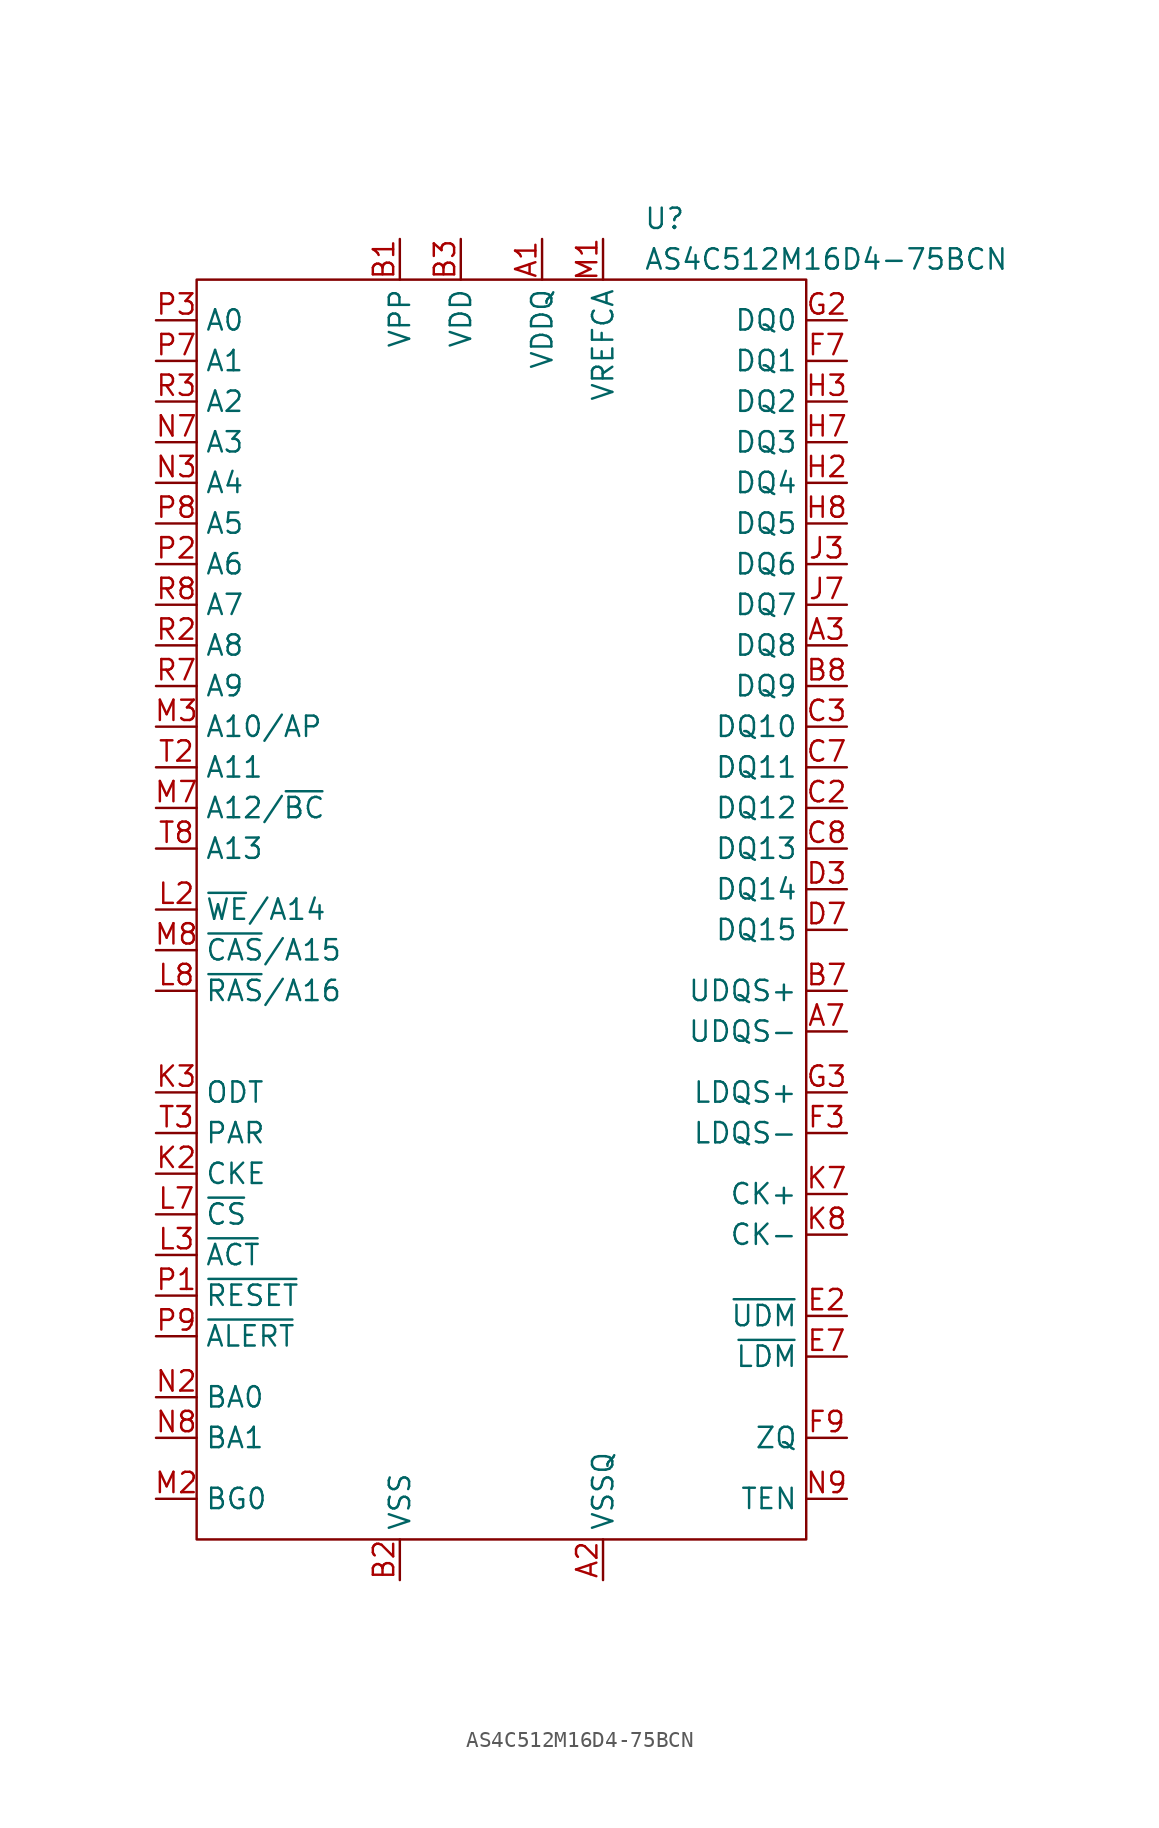
<source format=kicad_sym>
(kicad_symbol_lib
  (version 20220914)
  (generator kicad_symbol_editor)
  (symbol "AS4C512M16D4-75BCN"
    (property "Reference" "U"
      (at 27.94 3.81 0)
      (effects (font (size 1.27 1.27)) (justify left)))
    (property "Value" "AS4C512M16D4-75BCN"
      (at 27.94 1.27 0)
      (effects (font (size 1.27 1.27)) (justify left)))
    (symbol "AS4C512M16D4-75BCN_0_0"
      (pin unspecified line (at 21.59 2.54 270) (length 2.54) (name "VDDQ" (effects (font (size 1.27 1.27)))) (number "A1" (effects (font (size 1.27 1.27)))))
      (pin unspecified line (at 25.4 -81.28 90) (length 2.54) (name "VSSQ" (effects (font (size 1.27 1.27)))) (number "A2" (effects (font (size 1.27 1.27)))))
      (pin unspecified line (at 40.64 -22.86 180) (length 2.54) (name "DQ8" (effects (font (size 1.27 1.27)))) (number "A3" (effects (font (size 1.27 1.27)))))
      (pin unspecified line (at 40.64 -46.99 180) (length 2.54) (name "UDQS-" (effects (font (size 1.27 1.27)))) (number "A7" (effects (font (size 1.27 1.27)))))
      (pin unspecified line (at 25.4 -81.28 90) (length 2.54) hide (name "VSSQ" (effects (font (size 1.27 1.27)))) (number "A8" (effects (font (size 1.27 1.27)))))
      (pin unspecified line (at 21.59 2.54 270) (length 2.54) hide (name "VDDQ" (effects (font (size 1.27 1.27)))) (number "A9" (effects (font (size 1.27 1.27)))))
      (pin unspecified line (at 12.7 2.54 270) (length 2.54) (name "VPP" (effects (font (size 1.27 1.27)))) (number "B1" (effects (font (size 1.27 1.27)))))
      (pin unspecified line (at 12.7 -81.28 90) (length 2.54) (name "VSS" (effects (font (size 1.27 1.27)))) (number "B2" (effects (font (size 1.27 1.27)))))
      (pin unspecified line (at 16.51 2.54 270) (length 2.54) (name "VDD" (effects (font (size 1.27 1.27)))) (number "B3" (effects (font (size 1.27 1.27)))))
      (pin unspecified line (at 40.64 -44.45 180) (length 2.54) (name "UDQS+" (effects (font (size 1.27 1.27)))) (number "B7" (effects (font (size 1.27 1.27)))))
      (pin unspecified line (at 40.64 -25.4 180) (length 2.54) (name "DQ9" (effects (font (size 1.27 1.27)))) (number "B8" (effects (font (size 1.27 1.27)))))
      (pin unspecified line (at 16.51 2.54 270) (length 2.54) hide (name "VDD" (effects (font (size 1.27 1.27)))) (number "B9" (effects (font (size 1.27 1.27)))))
      (pin unspecified line (at 21.59 2.54 270) (length 2.54) hide (name "VDDQ" (effects (font (size 1.27 1.27)))) (number "C1" (effects (font (size 1.27 1.27)))))
      (pin unspecified line (at 40.64 -33.02 180) (length 2.54) (name "DQ12" (effects (font (size 1.27 1.27)))) (number "C2" (effects (font (size 1.27 1.27)))))
      (pin unspecified line (at 40.64 -27.94 180) (length 2.54) (name "DQ10" (effects (font (size 1.27 1.27)))) (number "C3" (effects (font (size 1.27 1.27)))))
      (pin unspecified line (at 40.64 -30.48 180) (length 2.54) (name "DQ11" (effects (font (size 1.27 1.27)))) (number "C7" (effects (font (size 1.27 1.27)))))
      (pin unspecified line (at 40.64 -35.56 180) (length 2.54) (name "DQ13" (effects (font (size 1.27 1.27)))) (number "C8" (effects (font (size 1.27 1.27)))))
      (pin unspecified line (at 25.4 -81.28 90) (length 2.54) hide (name "VSSQ" (effects (font (size 1.27 1.27)))) (number "C9" (effects (font (size 1.27 1.27)))))
      (pin unspecified line (at 16.51 2.54 270) (length 2.54) hide (name "VDD" (effects (font (size 1.27 1.27)))) (number "D1" (effects (font (size 1.27 1.27)))))
      (pin unspecified line (at 25.4 -81.28 90) (length 2.54) hide (name "VSSQ" (effects (font (size 1.27 1.27)))) (number "D2" (effects (font (size 1.27 1.27)))))
      (pin unspecified line (at 40.64 -38.1 180) (length 2.54) (name "DQ14" (effects (font (size 1.27 1.27)))) (number "D3" (effects (font (size 1.27 1.27)))))
      (pin unspecified line (at 40.64 -40.64 180) (length 2.54) (name "DQ15" (effects (font (size 1.27 1.27)))) (number "D7" (effects (font (size 1.27 1.27)))))
      (pin unspecified line (at 25.4 -81.28 90) (length 2.54) hide (name "VSSQ" (effects (font (size 1.27 1.27)))) (number "D8" (effects (font (size 1.27 1.27)))))
      (pin unspecified line (at 21.59 2.54 270) (length 2.54) hide (name "VDDQ" (effects (font (size 1.27 1.27)))) (number "D9" (effects (font (size 1.27 1.27)))))
      (pin unspecified line (at 12.7 -81.28 90) (length 2.54) hide (name "VSS" (effects (font (size 1.27 1.27)))) (number "E1" (effects (font (size 1.27 1.27)))))
      (pin unspecified line (at 40.64 -64.77 180) (length 2.54) (name "~{UDM}" (effects (font (size 1.27 1.27)))) (number "E2" (effects (font (size 1.27 1.27)))) (alternate "NF" unspecified line) (alternate "~{UDBI}" unspecified line))
      (pin unspecified line (at 25.4 -81.28 90) (length 2.54) hide (name "VSSQ" (effects (font (size 1.27 1.27)))) (number "E3" (effects (font (size 1.27 1.27)))))
      (pin unspecified line (at 40.64 -67.31 180) (length 2.54) (name "~{LDM}" (effects (font (size 1.27 1.27)))) (number "E7" (effects (font (size 1.27 1.27)))) (alternate "NF" unspecified line) (alternate "~{LDBI}" unspecified line))
      (pin unspecified line (at 25.4 -81.28 90) (length 2.54) hide (name "VSSQ" (effects (font (size 1.27 1.27)))) (number "E8" (effects (font (size 1.27 1.27)))))
      (pin unspecified line (at 12.7 -81.28 90) (length 2.54) hide (name "VSS" (effects (font (size 1.27 1.27)))) (number "E9" (effects (font (size 1.27 1.27)))))
      (pin unspecified line (at 25.4 -81.28 90) (length 2.54) hide (name "VSSQ" (effects (font (size 1.27 1.27)))) (number "F1" (effects (font (size 1.27 1.27)))))
      (pin unspecified line (at 21.59 2.54 270) (length 2.54) hide (name "VDDQ" (effects (font (size 1.27 1.27)))) (number "F2" (effects (font (size 1.27 1.27)))))
      (pin unspecified line (at 40.64 -53.34 180) (length 2.54) (name "LDQS-" (effects (font (size 1.27 1.27)))) (number "F3" (effects (font (size 1.27 1.27)))))
      (pin unspecified line (at 40.64 -5.08 180) (length 2.54) (name "DQ1" (effects (font (size 1.27 1.27)))) (number "F7" (effects (font (size 1.27 1.27)))))
      (pin unspecified line (at 21.59 2.54 270) (length 2.54) hide (name "VDDQ" (effects (font (size 1.27 1.27)))) (number "F8" (effects (font (size 1.27 1.27)))))
      (pin unspecified line (at 40.64 -72.39 180) (length 2.54) (name "ZQ" (effects (font (size 1.27 1.27)))) (number "F9" (effects (font (size 1.27 1.27)))))
      (pin unspecified line (at 21.59 2.54 270) (length 2.54) hide (name "VDDQ" (effects (font (size 1.27 1.27)))) (number "G1" (effects (font (size 1.27 1.27)))))
      (pin unspecified line (at 40.64 -2.54 180) (length 2.54) (name "DQ0" (effects (font (size 1.27 1.27)))) (number "G2" (effects (font (size 1.27 1.27)))))
      (pin unspecified line (at 40.64 -50.8 180) (length 2.54) (name "LDQS+" (effects (font (size 1.27 1.27)))) (number "G3" (effects (font (size 1.27 1.27)))))
      (pin unspecified line (at 16.51 2.54 270) (length 2.54) hide (name "VDD" (effects (font (size 1.27 1.27)))) (number "G7" (effects (font (size 1.27 1.27)))))
      (pin unspecified line (at 12.7 -81.28 90) (length 2.54) hide (name "VSS" (effects (font (size 1.27 1.27)))) (number "G8" (effects (font (size 1.27 1.27)))))
      (pin unspecified line (at 21.59 2.54 270) (length 2.54) hide (name "VDDQ" (effects (font (size 1.27 1.27)))) (number "G9" (effects (font (size 1.27 1.27)))))
      (pin unspecified line (at 25.4 -81.28 90) (length 2.54) hide (name "VSSQ" (effects (font (size 1.27 1.27)))) (number "H1" (effects (font (size 1.27 1.27)))))
      (pin unspecified line (at 40.64 -12.7 180) (length 2.54) (name "DQ4" (effects (font (size 1.27 1.27)))) (number "H2" (effects (font (size 1.27 1.27)))))
      (pin unspecified line (at 40.64 -7.62 180) (length 2.54) (name "DQ2" (effects (font (size 1.27 1.27)))) (number "H3" (effects (font (size 1.27 1.27)))))
      (pin unspecified line (at 40.64 -10.16 180) (length 2.54) (name "DQ3" (effects (font (size 1.27 1.27)))) (number "H7" (effects (font (size 1.27 1.27)))))
      (pin unspecified line (at 40.64 -15.24 180) (length 2.54) (name "DQ5" (effects (font (size 1.27 1.27)))) (number "H8" (effects (font (size 1.27 1.27)))))
      (pin unspecified line (at 25.4 -81.28 90) (length 2.54) hide (name "VSSQ" (effects (font (size 1.27 1.27)))) (number "H9" (effects (font (size 1.27 1.27)))))
      (pin unspecified line (at 16.51 2.54 270) (length 2.54) hide (name "VDD" (effects (font (size 1.27 1.27)))) (number "J1" (effects (font (size 1.27 1.27)))))
      (pin unspecified line (at 21.59 2.54 270) (length 2.54) hide (name "VDDQ" (effects (font (size 1.27 1.27)))) (number "J2" (effects (font (size 1.27 1.27)))))
      (pin unspecified line (at 40.64 -17.78 180) (length 2.54) (name "DQ6" (effects (font (size 1.27 1.27)))) (number "J3" (effects (font (size 1.27 1.27)))))
      (pin unspecified line (at 40.64 -20.32 180) (length 2.54) (name "DQ7" (effects (font (size 1.27 1.27)))) (number "J7" (effects (font (size 1.27 1.27)))))
      (pin unspecified line (at 21.59 2.54 270) (length 2.54) hide (name "VDDQ" (effects (font (size 1.27 1.27)))) (number "J8" (effects (font (size 1.27 1.27)))))
      (pin unspecified line (at 16.51 2.54 270) (length 2.54) hide (name "VDD" (effects (font (size 1.27 1.27)))) (number "J9" (effects (font (size 1.27 1.27)))))
      (pin unspecified line (at 12.7 -81.28 90) (length 2.54) hide (name "VSS" (effects (font (size 1.27 1.27)))) (number "K1" (effects (font (size 1.27 1.27)))))
      (pin unspecified line (at -2.54 -55.88 0) (length 2.54) (name "CKE" (effects (font (size 1.27 1.27)))) (number "K2" (effects (font (size 1.27 1.27)))))
      (pin unspecified line (at -2.54 -50.8 0) (length 2.54) (name "ODT" (effects (font (size 1.27 1.27)))) (number "K3" (effects (font (size 1.27 1.27)))))
      (pin unspecified line (at 40.64 -57.15 180) (length 2.54) (name "CK+" (effects (font (size 1.27 1.27)))) (number "K7" (effects (font (size 1.27 1.27)))))
      (pin unspecified line (at 40.64 -59.69 180) (length 2.54) (name "CK-" (effects (font (size 1.27 1.27)))) (number "K8" (effects (font (size 1.27 1.27)))))
      (pin unspecified line (at 12.7 -81.28 90) (length 2.54) hide (name "VSS" (effects (font (size 1.27 1.27)))) (number "K9" (effects (font (size 1.27 1.27)))))
      (pin unspecified line (at 16.51 2.54 270) (length 2.54) hide (name "VDD" (effects (font (size 1.27 1.27)))) (number "L1" (effects (font (size 1.27 1.27)))))
      (pin unspecified line (at -2.54 -39.37 0) (length 2.54) (name "~{WE}/A14" (effects (font (size 1.27 1.27)))) (number "L2" (effects (font (size 1.27 1.27)))))
      (pin unspecified line (at -2.54 -60.96 0) (length 2.54) (name "~{ACT}" (effects (font (size 1.27 1.27)))) (number "L3" (effects (font (size 1.27 1.27)))))
      (pin unspecified line (at -2.54 -58.42 0) (length 2.54) (name "~{CS}" (effects (font (size 1.27 1.27)))) (number "L7" (effects (font (size 1.27 1.27)))))
      (pin unspecified line (at -2.54 -44.45 0) (length 2.54) (name "~{RAS}/A16" (effects (font (size 1.27 1.27)))) (number "L8" (effects (font (size 1.27 1.27)))))
      (pin unspecified line (at 16.51 2.54 270) (length 2.54) hide (name "VDD" (effects (font (size 1.27 1.27)))) (number "L9" (effects (font (size 1.27 1.27)))))
      (pin unspecified line (at 25.4 2.54 270) (length 2.54) (name "VREFCA" (effects (font (size 1.27 1.27)))) (number "M1" (effects (font (size 1.27 1.27)))))
      (pin unspecified line (at -2.54 -76.2 0) (length 2.54) (name "BG0" (effects (font (size 1.27 1.27)))) (number "M2" (effects (font (size 1.27 1.27)))))
      (pin unspecified line (at -2.54 -27.94 0) (length 2.54) (name "A10/AP" (effects (font (size 1.27 1.27)))) (number "M3" (effects (font (size 1.27 1.27)))))
      (pin unspecified line (at -2.54 -33.02 0) (length 2.54) (name "A12/~{BC}" (effects (font (size 1.27 1.27)))) (number "M7" (effects (font (size 1.27 1.27)))))
      (pin unspecified line (at -2.54 -41.91 0) (length 2.54) (name "~{CAS}/A15" (effects (font (size 1.27 1.27)))) (number "M8" (effects (font (size 1.27 1.27)))))
      (pin unspecified line (at 12.7 -81.28 90) (length 2.54) hide (name "VSS" (effects (font (size 1.27 1.27)))) (number "M9" (effects (font (size 1.27 1.27)))))
      (pin unspecified line (at 12.7 -81.28 90) (length 2.54) hide (name "VSS" (effects (font (size 1.27 1.27)))) (number "N1" (effects (font (size 1.27 1.27)))))
      (pin unspecified line (at -2.54 -69.85 0) (length 2.54) (name "BA0" (effects (font (size 1.27 1.27)))) (number "N2" (effects (font (size 1.27 1.27)))))
      (pin unspecified line (at -2.54 -12.7 0) (length 2.54) (name "A4" (effects (font (size 1.27 1.27)))) (number "N3" (effects (font (size 1.27 1.27)))))
      (pin unspecified line (at -2.54 -10.16 0) (length 2.54) (name "A3" (effects (font (size 1.27 1.27)))) (number "N7" (effects (font (size 1.27 1.27)))))
      (pin unspecified line (at -2.54 -72.39 0) (length 2.54) (name "BA1" (effects (font (size 1.27 1.27)))) (number "N8" (effects (font (size 1.27 1.27)))))
      (pin unspecified line (at 40.64 -76.2 180) (length 2.54) (name "TEN" (effects (font (size 1.27 1.27)))) (number "N9" (effects (font (size 1.27 1.27)))))
      (pin unspecified line (at -2.54 -63.5 0) (length 2.54) (name "~{RESET}" (effects (font (size 1.27 1.27)))) (number "P1" (effects (font (size 1.27 1.27)))))
      (pin unspecified line (at -2.54 -17.78 0) (length 2.54) (name "A6" (effects (font (size 1.27 1.27)))) (number "P2" (effects (font (size 1.27 1.27)))))
      (pin unspecified line (at -2.54 -2.54 0) (length 2.54) (name "A0" (effects (font (size 1.27 1.27)))) (number "P3" (effects (font (size 1.27 1.27)))))
      (pin unspecified line (at -2.54 -5.08 0) (length 2.54) (name "A1" (effects (font (size 1.27 1.27)))) (number "P7" (effects (font (size 1.27 1.27)))))
      (pin unspecified line (at -2.54 -15.24 0) (length 2.54) (name "A5" (effects (font (size 1.27 1.27)))) (number "P8" (effects (font (size 1.27 1.27)))))
      (pin unspecified line (at -2.54 -66.04 0) (length 2.54) (name "~{ALERT}" (effects (font (size 1.27 1.27)))) (number "P9" (effects (font (size 1.27 1.27)))))
      (pin unspecified line (at 16.51 2.54 270) (length 2.54) hide (name "VDD" (effects (font (size 1.27 1.27)))) (number "R1" (effects (font (size 1.27 1.27)))))
      (pin unspecified line (at -2.54 -22.86 0) (length 2.54) (name "A8" (effects (font (size 1.27 1.27)))) (number "R2" (effects (font (size 1.27 1.27)))))
      (pin unspecified line (at -2.54 -7.62 0) (length 2.54) (name "A2" (effects (font (size 1.27 1.27)))) (number "R3" (effects (font (size 1.27 1.27)))))
      (pin unspecified line (at -2.54 -25.4 0) (length 2.54) (name "A9" (effects (font (size 1.27 1.27)))) (number "R7" (effects (font (size 1.27 1.27)))))
      (pin unspecified line (at -2.54 -20.32 0) (length 2.54) (name "A7" (effects (font (size 1.27 1.27)))) (number "R8" (effects (font (size 1.27 1.27)))))
      (pin unspecified line (at 12.7 2.54 270) (length 2.54) hide (name "VPP" (effects (font (size 1.27 1.27)))) (number "R9" (effects (font (size 1.27 1.27)))))
      (pin unspecified line (at 12.7 -81.28 90) (length 2.54) hide (name "VSS" (effects (font (size 1.27 1.27)))) (number "T1" (effects (font (size 1.27 1.27)))))
      (pin unspecified line (at -2.54 -30.48 0) (length 2.54) (name "A11" (effects (font (size 1.27 1.27)))) (number "T2" (effects (font (size 1.27 1.27)))))
      (pin unspecified line (at -2.54 -53.34 0) (length 2.54) (name "PAR" (effects (font (size 1.27 1.27)))) (number "T3" (effects (font (size 1.27 1.27)))))
      (pin unspecified line (at 6.35 -13.97 270) (length 2.54) hide (name "NC" (effects (font (size 1.27 1.27)))) (number "T7" (effects (font (size 1.27 1.27)))))
      (pin unspecified line (at -2.54 -35.56 0) (length 2.54) (name "A13" (effects (font (size 1.27 1.27)))) (number "T8" (effects (font (size 1.27 1.27)))))
      (pin unspecified line (at 16.51 2.54 270) (length 2.54) hide (name "VDD" (effects (font (size 1.27 1.27)))) (number "T9" (effects (font (size 1.27 1.27))))))
    (symbol "AS4C512M16D4-75BCN_0_1"
      (rectangle (start 0 0) (end 38.1 -78.74) (stroke (width 0) (type default)) (fill (type none))))))
</source>
